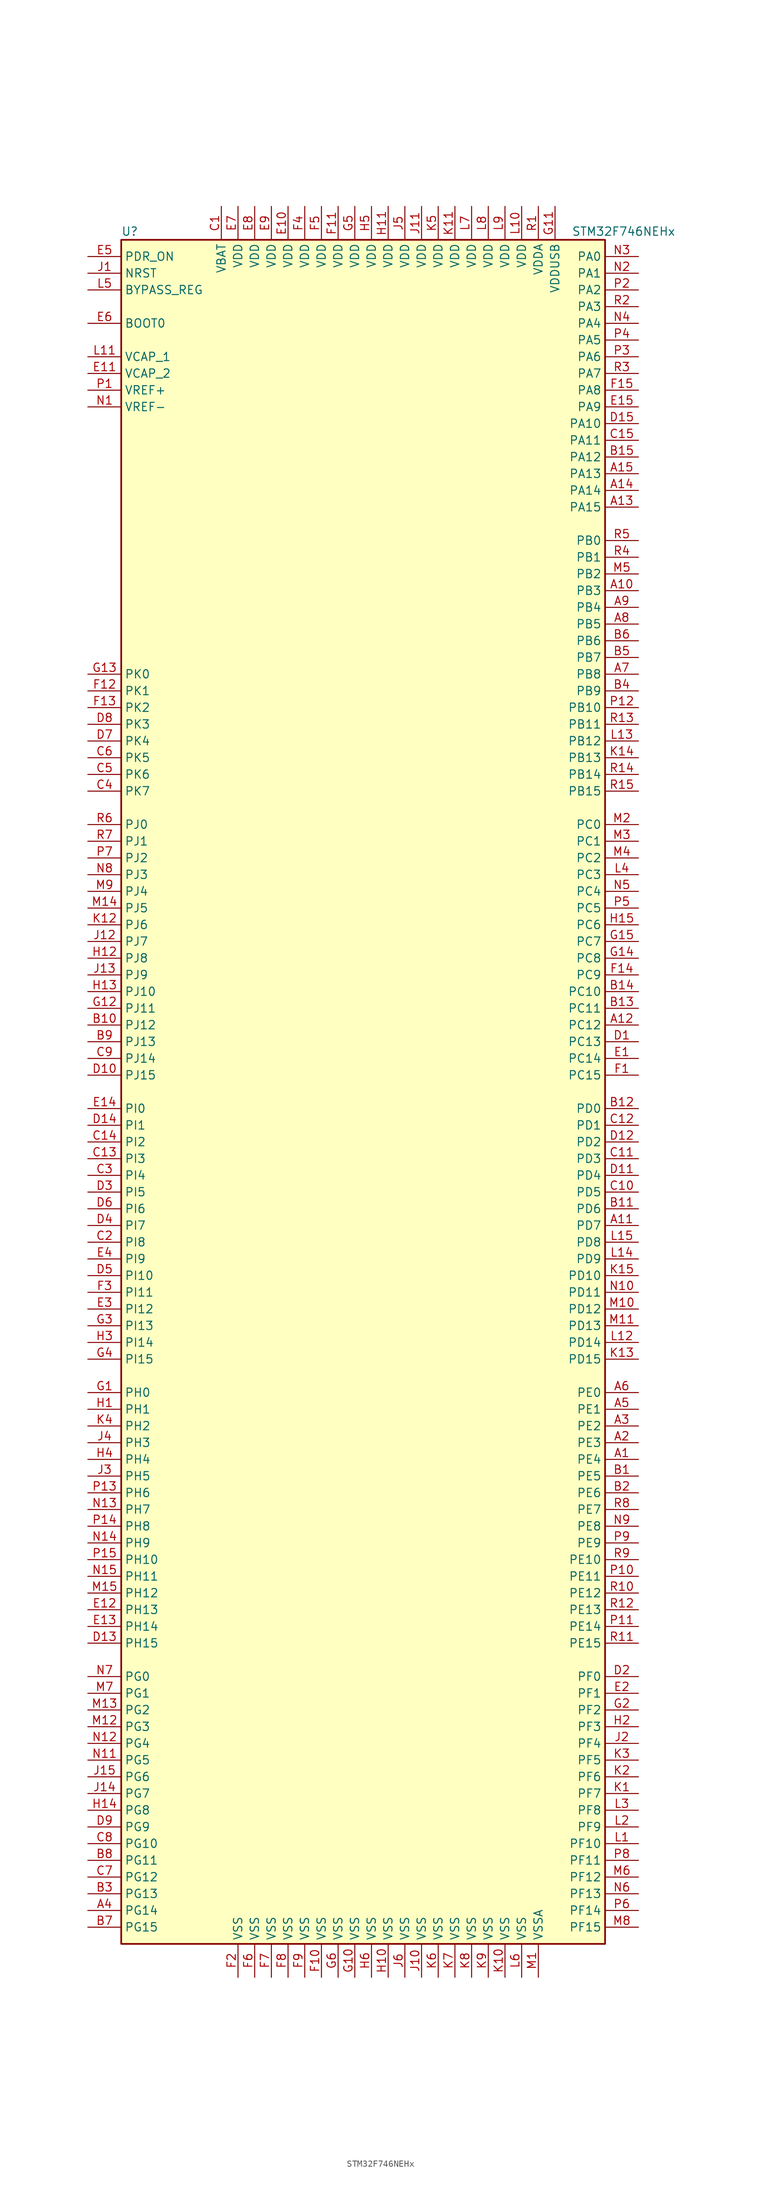
<source format=kicad_sym>
(kicad_symbol_lib
  (version 20201005)
  (generator kicad_symbol_editor)
  (symbol "STM32F746NEHx"
    (property "Reference" "U"
      (at -38.1 130.81 0)
      (effects (font (size 1.27 1.27)) (justify left)))
    (property "Value" "STM32F746NEHx"
      (at 30.48 130.81 0)
      (effects (font (size 1.27 1.27)) (justify left)))
    (symbol "STM32F746NEHx_0_1"
      (rectangle (start -38.1 -129.54) (end 35.56 129.54) (stroke (width 0.254)) (fill (type background))))
    (symbol "STM32F746NEHx_1_1"
      (pin input line (at -43.18 116.84 0) (length 5.08) (name "BOOT0" (effects (font (size 1.27 1.27)))) (number "E6" (effects (font (size 1.27 1.27)))))
      (pin input line (at -43.18 121.92 0) (length 5.08) (name "BYPASS_REG" (effects (font (size 1.27 1.27)))) (number "L5" (effects (font (size 1.27 1.27)))))
      (pin input line (at -43.18 124.46 0) (length 5.08) (name "NRST" (effects (font (size 1.27 1.27)))) (number "J1" (effects (font (size 1.27 1.27)))))
      (pin bidirectional line (at 40.64 127 180) (length 5.08) (name "PA0" (effects (font (size 1.27 1.27)))) (number "N3" (effects (font (size 1.27 1.27)))))
      (pin bidirectional line (at 40.64 124.46 180) (length 5.08) (name "PA1" (effects (font (size 1.27 1.27)))) (number "N2" (effects (font (size 1.27 1.27)))))
      (pin bidirectional line (at 40.64 101.6 180) (length 5.08) (name "PA10" (effects (font (size 1.27 1.27)))) (number "D15" (effects (font (size 1.27 1.27)))))
      (pin bidirectional line (at 40.64 99.06 180) (length 5.08) (name "PA11" (effects (font (size 1.27 1.27)))) (number "C15" (effects (font (size 1.27 1.27)))))
      (pin bidirectional line (at 40.64 96.52 180) (length 5.08) (name "PA12" (effects (font (size 1.27 1.27)))) (number "B15" (effects (font (size 1.27 1.27)))))
      (pin bidirectional line (at 40.64 93.98 180) (length 5.08) (name "PA13" (effects (font (size 1.27 1.27)))) (number "A15" (effects (font (size 1.27 1.27)))))
      (pin bidirectional line (at 40.64 91.44 180) (length 5.08) (name "PA14" (effects (font (size 1.27 1.27)))) (number "A14" (effects (font (size 1.27 1.27)))))
      (pin bidirectional line (at 40.64 88.9 180) (length 5.08) (name "PA15" (effects (font (size 1.27 1.27)))) (number "A13" (effects (font (size 1.27 1.27)))))
      (pin bidirectional line (at 40.64 121.92 180) (length 5.08) (name "PA2" (effects (font (size 1.27 1.27)))) (number "P2" (effects (font (size 1.27 1.27)))))
      (pin bidirectional line (at 40.64 119.38 180) (length 5.08) (name "PA3" (effects (font (size 1.27 1.27)))) (number "R2" (effects (font (size 1.27 1.27)))))
      (pin bidirectional line (at 40.64 116.84 180) (length 5.08) (name "PA4" (effects (font (size 1.27 1.27)))) (number "N4" (effects (font (size 1.27 1.27)))))
      (pin bidirectional line (at 40.64 114.3 180) (length 5.08) (name "PA5" (effects (font (size 1.27 1.27)))) (number "P4" (effects (font (size 1.27 1.27)))))
      (pin bidirectional line (at 40.64 111.76 180) (length 5.08) (name "PA6" (effects (font (size 1.27 1.27)))) (number "P3" (effects (font (size 1.27 1.27)))))
      (pin bidirectional line (at 40.64 109.22 180) (length 5.08) (name "PA7" (effects (font (size 1.27 1.27)))) (number "R3" (effects (font (size 1.27 1.27)))))
      (pin bidirectional line (at 40.64 106.68 180) (length 5.08) (name "PA8" (effects (font (size 1.27 1.27)))) (number "F15" (effects (font (size 1.27 1.27)))))
      (pin bidirectional line (at 40.64 104.14 180) (length 5.08) (name "PA9" (effects (font (size 1.27 1.27)))) (number "E15" (effects (font (size 1.27 1.27)))))
      (pin bidirectional line (at 40.64 83.82 180) (length 5.08) (name "PB0" (effects (font (size 1.27 1.27)))) (number "R5" (effects (font (size 1.27 1.27)))))
      (pin bidirectional line (at 40.64 81.28 180) (length 5.08) (name "PB1" (effects (font (size 1.27 1.27)))) (number "R4" (effects (font (size 1.27 1.27)))))
      (pin bidirectional line (at 40.64 58.42 180) (length 5.08) (name "PB10" (effects (font (size 1.27 1.27)))) (number "P12" (effects (font (size 1.27 1.27)))))
      (pin bidirectional line (at 40.64 55.88 180) (length 5.08) (name "PB11" (effects (font (size 1.27 1.27)))) (number "R13" (effects (font (size 1.27 1.27)))))
      (pin bidirectional line (at 40.64 53.34 180) (length 5.08) (name "PB12" (effects (font (size 1.27 1.27)))) (number "L13" (effects (font (size 1.27 1.27)))))
      (pin bidirectional line (at 40.64 50.8 180) (length 5.08) (name "PB13" (effects (font (size 1.27 1.27)))) (number "K14" (effects (font (size 1.27 1.27)))))
      (pin bidirectional line (at 40.64 48.26 180) (length 5.08) (name "PB14" (effects (font (size 1.27 1.27)))) (number "R14" (effects (font (size 1.27 1.27)))))
      (pin bidirectional line (at 40.64 45.72 180) (length 5.08) (name "PB15" (effects (font (size 1.27 1.27)))) (number "R15" (effects (font (size 1.27 1.27)))))
      (pin bidirectional line (at 40.64 78.74 180) (length 5.08) (name "PB2" (effects (font (size 1.27 1.27)))) (number "M5" (effects (font (size 1.27 1.27)))))
      (pin bidirectional line (at 40.64 76.2 180) (length 5.08) (name "PB3" (effects (font (size 1.27 1.27)))) (number "A10" (effects (font (size 1.27 1.27)))))
      (pin bidirectional line (at 40.64 73.66 180) (length 5.08) (name "PB4" (effects (font (size 1.27 1.27)))) (number "A9" (effects (font (size 1.27 1.27)))))
      (pin bidirectional line (at 40.64 71.12 180) (length 5.08) (name "PB5" (effects (font (size 1.27 1.27)))) (number "A8" (effects (font (size 1.27 1.27)))))
      (pin bidirectional line (at 40.64 68.58 180) (length 5.08) (name "PB6" (effects (font (size 1.27 1.27)))) (number "B6" (effects (font (size 1.27 1.27)))))
      (pin bidirectional line (at 40.64 66.04 180) (length 5.08) (name "PB7" (effects (font (size 1.27 1.27)))) (number "B5" (effects (font (size 1.27 1.27)))))
      (pin bidirectional line (at 40.64 63.5 180) (length 5.08) (name "PB8" (effects (font (size 1.27 1.27)))) (number "A7" (effects (font (size 1.27 1.27)))))
      (pin bidirectional line (at 40.64 60.96 180) (length 5.08) (name "PB9" (effects (font (size 1.27 1.27)))) (number "B4" (effects (font (size 1.27 1.27)))))
      (pin bidirectional line (at 40.64 40.64 180) (length 5.08) (name "PC0" (effects (font (size 1.27 1.27)))) (number "M2" (effects (font (size 1.27 1.27)))))
      (pin bidirectional line (at 40.64 38.1 180) (length 5.08) (name "PC1" (effects (font (size 1.27 1.27)))) (number "M3" (effects (font (size 1.27 1.27)))))
      (pin bidirectional line (at 40.64 15.24 180) (length 5.08) (name "PC10" (effects (font (size 1.27 1.27)))) (number "B14" (effects (font (size 1.27 1.27)))))
      (pin bidirectional line (at 40.64 12.7 180) (length 5.08) (name "PC11" (effects (font (size 1.27 1.27)))) (number "B13" (effects (font (size 1.27 1.27)))))
      (pin bidirectional line (at 40.64 10.16 180) (length 5.08) (name "PC12" (effects (font (size 1.27 1.27)))) (number "A12" (effects (font (size 1.27 1.27)))))
      (pin bidirectional line (at 40.64 7.62 180) (length 5.08) (name "PC13" (effects (font (size 1.27 1.27)))) (number "D1" (effects (font (size 1.27 1.27)))))
      (pin bidirectional line (at 40.64 5.08 180) (length 5.08) (name "PC14" (effects (font (size 1.27 1.27)))) (number "E1" (effects (font (size 1.27 1.27)))))
      (pin bidirectional line (at 40.64 2.54 180) (length 5.08) (name "PC15" (effects (font (size 1.27 1.27)))) (number "F1" (effects (font (size 1.27 1.27)))))
      (pin bidirectional line (at 40.64 35.56 180) (length 5.08) (name "PC2" (effects (font (size 1.27 1.27)))) (number "M4" (effects (font (size 1.27 1.27)))))
      (pin bidirectional line (at 40.64 33.02 180) (length 5.08) (name "PC3" (effects (font (size 1.27 1.27)))) (number "L4" (effects (font (size 1.27 1.27)))))
      (pin bidirectional line (at 40.64 30.48 180) (length 5.08) (name "PC4" (effects (font (size 1.27 1.27)))) (number "N5" (effects (font (size 1.27 1.27)))))
      (pin bidirectional line (at 40.64 27.94 180) (length 5.08) (name "PC5" (effects (font (size 1.27 1.27)))) (number "P5" (effects (font (size 1.27 1.27)))))
      (pin bidirectional line (at 40.64 25.4 180) (length 5.08) (name "PC6" (effects (font (size 1.27 1.27)))) (number "H15" (effects (font (size 1.27 1.27)))))
      (pin bidirectional line (at 40.64 22.86 180) (length 5.08) (name "PC7" (effects (font (size 1.27 1.27)))) (number "G15" (effects (font (size 1.27 1.27)))))
      (pin bidirectional line (at 40.64 20.32 180) (length 5.08) (name "PC8" (effects (font (size 1.27 1.27)))) (number "G14" (effects (font (size 1.27 1.27)))))
      (pin bidirectional line (at 40.64 17.78 180) (length 5.08) (name "PC9" (effects (font (size 1.27 1.27)))) (number "F14" (effects (font (size 1.27 1.27)))))
      (pin bidirectional line (at 40.64 -2.54 180) (length 5.08) (name "PD0" (effects (font (size 1.27 1.27)))) (number "B12" (effects (font (size 1.27 1.27)))))
      (pin bidirectional line (at 40.64 -5.08 180) (length 5.08) (name "PD1" (effects (font (size 1.27 1.27)))) (number "C12" (effects (font (size 1.27 1.27)))))
      (pin bidirectional line (at 40.64 -27.94 180) (length 5.08) (name "PD10" (effects (font (size 1.27 1.27)))) (number "K15" (effects (font (size 1.27 1.27)))))
      (pin bidirectional line (at 40.64 -30.48 180) (length 5.08) (name "PD11" (effects (font (size 1.27 1.27)))) (number "N10" (effects (font (size 1.27 1.27)))))
      (pin bidirectional line (at 40.64 -33.02 180) (length 5.08) (name "PD12" (effects (font (size 1.27 1.27)))) (number "M10" (effects (font (size 1.27 1.27)))))
      (pin bidirectional line (at 40.64 -35.56 180) (length 5.08) (name "PD13" (effects (font (size 1.27 1.27)))) (number "M11" (effects (font (size 1.27 1.27)))))
      (pin bidirectional line (at 40.64 -38.1 180) (length 5.08) (name "PD14" (effects (font (size 1.27 1.27)))) (number "L12" (effects (font (size 1.27 1.27)))))
      (pin bidirectional line (at 40.64 -40.64 180) (length 5.08) (name "PD15" (effects (font (size 1.27 1.27)))) (number "K13" (effects (font (size 1.27 1.27)))))
      (pin bidirectional line (at 40.64 -7.62 180) (length 5.08) (name "PD2" (effects (font (size 1.27 1.27)))) (number "D12" (effects (font (size 1.27 1.27)))))
      (pin bidirectional line (at 40.64 -10.16 180) (length 5.08) (name "PD3" (effects (font (size 1.27 1.27)))) (number "C11" (effects (font (size 1.27 1.27)))))
      (pin bidirectional line (at 40.64 -12.7 180) (length 5.08) (name "PD4" (effects (font (size 1.27 1.27)))) (number "D11" (effects (font (size 1.27 1.27)))))
      (pin bidirectional line (at 40.64 -15.24 180) (length 5.08) (name "PD5" (effects (font (size 1.27 1.27)))) (number "C10" (effects (font (size 1.27 1.27)))))
      (pin bidirectional line (at 40.64 -17.78 180) (length 5.08) (name "PD6" (effects (font (size 1.27 1.27)))) (number "B11" (effects (font (size 1.27 1.27)))))
      (pin bidirectional line (at 40.64 -20.32 180) (length 5.08) (name "PD7" (effects (font (size 1.27 1.27)))) (number "A11" (effects (font (size 1.27 1.27)))))
      (pin bidirectional line (at 40.64 -22.86 180) (length 5.08) (name "PD8" (effects (font (size 1.27 1.27)))) (number "L15" (effects (font (size 1.27 1.27)))))
      (pin bidirectional line (at 40.64 -25.4 180) (length 5.08) (name "PD9" (effects (font (size 1.27 1.27)))) (number "L14" (effects (font (size 1.27 1.27)))))
      (pin input line (at -43.18 127 0) (length 5.08) (name "PDR_ON" (effects (font (size 1.27 1.27)))) (number "E5" (effects (font (size 1.27 1.27)))))
      (pin bidirectional line (at 40.64 -45.72 180) (length 5.08) (name "PE0" (effects (font (size 1.27 1.27)))) (number "A6" (effects (font (size 1.27 1.27)))))
      (pin bidirectional line (at 40.64 -48.26 180) (length 5.08) (name "PE1" (effects (font (size 1.27 1.27)))) (number "A5" (effects (font (size 1.27 1.27)))))
      (pin bidirectional line (at 40.64 -71.12 180) (length 5.08) (name "PE10" (effects (font (size 1.27 1.27)))) (number "R9" (effects (font (size 1.27 1.27)))))
      (pin bidirectional line (at 40.64 -73.66 180) (length 5.08) (name "PE11" (effects (font (size 1.27 1.27)))) (number "P10" (effects (font (size 1.27 1.27)))))
      (pin bidirectional line (at 40.64 -76.2 180) (length 5.08) (name "PE12" (effects (font (size 1.27 1.27)))) (number "R10" (effects (font (size 1.27 1.27)))))
      (pin bidirectional line (at 40.64 -78.74 180) (length 5.08) (name "PE13" (effects (font (size 1.27 1.27)))) (number "R12" (effects (font (size 1.27 1.27)))))
      (pin bidirectional line (at 40.64 -81.28 180) (length 5.08) (name "PE14" (effects (font (size 1.27 1.27)))) (number "P11" (effects (font (size 1.27 1.27)))))
      (pin bidirectional line (at 40.64 -83.82 180) (length 5.08) (name "PE15" (effects (font (size 1.27 1.27)))) (number "R11" (effects (font (size 1.27 1.27)))))
      (pin bidirectional line (at 40.64 -50.8 180) (length 5.08) (name "PE2" (effects (font (size 1.27 1.27)))) (number "A3" (effects (font (size 1.27 1.27)))))
      (pin bidirectional line (at 40.64 -53.34 180) (length 5.08) (name "PE3" (effects (font (size 1.27 1.27)))) (number "A2" (effects (font (size 1.27 1.27)))))
      (pin bidirectional line (at 40.64 -55.88 180) (length 5.08) (name "PE4" (effects (font (size 1.27 1.27)))) (number "A1" (effects (font (size 1.27 1.27)))))
      (pin bidirectional line (at 40.64 -58.42 180) (length 5.08) (name "PE5" (effects (font (size 1.27 1.27)))) (number "B1" (effects (font (size 1.27 1.27)))))
      (pin bidirectional line (at 40.64 -60.96 180) (length 5.08) (name "PE6" (effects (font (size 1.27 1.27)))) (number "B2" (effects (font (size 1.27 1.27)))))
      (pin bidirectional line (at 40.64 -63.5 180) (length 5.08) (name "PE7" (effects (font (size 1.27 1.27)))) (number "R8" (effects (font (size 1.27 1.27)))))
      (pin bidirectional line (at 40.64 -66.04 180) (length 5.08) (name "PE8" (effects (font (size 1.27 1.27)))) (number "N9" (effects (font (size 1.27 1.27)))))
      (pin bidirectional line (at 40.64 -68.58 180) (length 5.08) (name "PE9" (effects (font (size 1.27 1.27)))) (number "P9" (effects (font (size 1.27 1.27)))))
      (pin bidirectional line (at 40.64 -88.9 180) (length 5.08) (name "PF0" (effects (font (size 1.27 1.27)))) (number "D2" (effects (font (size 1.27 1.27)))))
      (pin bidirectional line (at 40.64 -91.44 180) (length 5.08) (name "PF1" (effects (font (size 1.27 1.27)))) (number "E2" (effects (font (size 1.27 1.27)))))
      (pin bidirectional line (at 40.64 -114.3 180) (length 5.08) (name "PF10" (effects (font (size 1.27 1.27)))) (number "L1" (effects (font (size 1.27 1.27)))))
      (pin bidirectional line (at 40.64 -116.84 180) (length 5.08) (name "PF11" (effects (font (size 1.27 1.27)))) (number "P8" (effects (font (size 1.27 1.27)))))
      (pin bidirectional line (at 40.64 -119.38 180) (length 5.08) (name "PF12" (effects (font (size 1.27 1.27)))) (number "M6" (effects (font (size 1.27 1.27)))))
      (pin bidirectional line (at 40.64 -121.92 180) (length 5.08) (name "PF13" (effects (font (size 1.27 1.27)))) (number "N6" (effects (font (size 1.27 1.27)))))
      (pin bidirectional line (at 40.64 -124.46 180) (length 5.08) (name "PF14" (effects (font (size 1.27 1.27)))) (number "P6" (effects (font (size 1.27 1.27)))))
      (pin bidirectional line (at 40.64 -127 180) (length 5.08) (name "PF15" (effects (font (size 1.27 1.27)))) (number "M8" (effects (font (size 1.27 1.27)))))
      (pin bidirectional line (at 40.64 -93.98 180) (length 5.08) (name "PF2" (effects (font (size 1.27 1.27)))) (number "G2" (effects (font (size 1.27 1.27)))))
      (pin bidirectional line (at 40.64 -96.52 180) (length 5.08) (name "PF3" (effects (font (size 1.27 1.27)))) (number "H2" (effects (font (size 1.27 1.27)))))
      (pin bidirectional line (at 40.64 -99.06 180) (length 5.08) (name "PF4" (effects (font (size 1.27 1.27)))) (number "J2" (effects (font (size 1.27 1.27)))))
      (pin bidirectional line (at 40.64 -101.6 180) (length 5.08) (name "PF5" (effects (font (size 1.27 1.27)))) (number "K3" (effects (font (size 1.27 1.27)))))
      (pin bidirectional line (at 40.64 -104.14 180) (length 5.08) (name "PF6" (effects (font (size 1.27 1.27)))) (number "K2" (effects (font (size 1.27 1.27)))))
      (pin bidirectional line (at 40.64 -106.68 180) (length 5.08) (name "PF7" (effects (font (size 1.27 1.27)))) (number "K1" (effects (font (size 1.27 1.27)))))
      (pin bidirectional line (at 40.64 -109.22 180) (length 5.08) (name "PF8" (effects (font (size 1.27 1.27)))) (number "L3" (effects (font (size 1.27 1.27)))))
      (pin bidirectional line (at 40.64 -111.76 180) (length 5.08) (name "PF9" (effects (font (size 1.27 1.27)))) (number "L2" (effects (font (size 1.27 1.27)))))
      (pin bidirectional line (at -43.18 -88.9 0) (length 5.08) (name "PG0" (effects (font (size 1.27 1.27)))) (number "N7" (effects (font (size 1.27 1.27)))))
      (pin bidirectional line (at -43.18 -91.44 0) (length 5.08) (name "PG1" (effects (font (size 1.27 1.27)))) (number "M7" (effects (font (size 1.27 1.27)))))
      (pin bidirectional line (at -43.18 -114.3 0) (length 5.08) (name "PG10" (effects (font (size 1.27 1.27)))) (number "C8" (effects (font (size 1.27 1.27)))))
      (pin bidirectional line (at -43.18 -116.84 0) (length 5.08) (name "PG11" (effects (font (size 1.27 1.27)))) (number "B8" (effects (font (size 1.27 1.27)))))
      (pin bidirectional line (at -43.18 -119.38 0) (length 5.08) (name "PG12" (effects (font (size 1.27 1.27)))) (number "C7" (effects (font (size 1.27 1.27)))))
      (pin bidirectional line (at -43.18 -121.92 0) (length 5.08) (name "PG13" (effects (font (size 1.27 1.27)))) (number "B3" (effects (font (size 1.27 1.27)))))
      (pin bidirectional line (at -43.18 -124.46 0) (length 5.08) (name "PG14" (effects (font (size 1.27 1.27)))) (number "A4" (effects (font (size 1.27 1.27)))))
      (pin bidirectional line (at -43.18 -127 0) (length 5.08) (name "PG15" (effects (font (size 1.27 1.27)))) (number "B7" (effects (font (size 1.27 1.27)))))
      (pin bidirectional line (at -43.18 -93.98 0) (length 5.08) (name "PG2" (effects (font (size 1.27 1.27)))) (number "M13" (effects (font (size 1.27 1.27)))))
      (pin bidirectional line (at -43.18 -96.52 0) (length 5.08) (name "PG3" (effects (font (size 1.27 1.27)))) (number "M12" (effects (font (size 1.27 1.27)))))
      (pin bidirectional line (at -43.18 -99.06 0) (length 5.08) (name "PG4" (effects (font (size 1.27 1.27)))) (number "N12" (effects (font (size 1.27 1.27)))))
      (pin bidirectional line (at -43.18 -101.6 0) (length 5.08) (name "PG5" (effects (font (size 1.27 1.27)))) (number "N11" (effects (font (size 1.27 1.27)))))
      (pin bidirectional line (at -43.18 -104.14 0) (length 5.08) (name "PG6" (effects (font (size 1.27 1.27)))) (number "J15" (effects (font (size 1.27 1.27)))))
      (pin bidirectional line (at -43.18 -106.68 0) (length 5.08) (name "PG7" (effects (font (size 1.27 1.27)))) (number "J14" (effects (font (size 1.27 1.27)))))
      (pin bidirectional line (at -43.18 -109.22 0) (length 5.08) (name "PG8" (effects (font (size 1.27 1.27)))) (number "H14" (effects (font (size 1.27 1.27)))))
      (pin bidirectional line (at -43.18 -111.76 0) (length 5.08) (name "PG9" (effects (font (size 1.27 1.27)))) (number "D9" (effects (font (size 1.27 1.27)))))
      (pin input line (at -43.18 -45.72 0) (length 5.08) (name "PH0" (effects (font (size 1.27 1.27)))) (number "G1" (effects (font (size 1.27 1.27)))))
      (pin input line (at -43.18 -48.26 0) (length 5.08) (name "PH1" (effects (font (size 1.27 1.27)))) (number "H1" (effects (font (size 1.27 1.27)))))
      (pin bidirectional line (at -43.18 -71.12 0) (length 5.08) (name "PH10" (effects (font (size 1.27 1.27)))) (number "P15" (effects (font (size 1.27 1.27)))))
      (pin bidirectional line (at -43.18 -73.66 0) (length 5.08) (name "PH11" (effects (font (size 1.27 1.27)))) (number "N15" (effects (font (size 1.27 1.27)))))
      (pin bidirectional line (at -43.18 -76.2 0) (length 5.08) (name "PH12" (effects (font (size 1.27 1.27)))) (number "M15" (effects (font (size 1.27 1.27)))))
      (pin bidirectional line (at -43.18 -78.74 0) (length 5.08) (name "PH13" (effects (font (size 1.27 1.27)))) (number "E12" (effects (font (size 1.27 1.27)))))
      (pin bidirectional line (at -43.18 -81.28 0) (length 5.08) (name "PH14" (effects (font (size 1.27 1.27)))) (number "E13" (effects (font (size 1.27 1.27)))))
      (pin bidirectional line (at -43.18 -83.82 0) (length 5.08) (name "PH15" (effects (font (size 1.27 1.27)))) (number "D13" (effects (font (size 1.27 1.27)))))
      (pin bidirectional line (at -43.18 -50.8 0) (length 5.08) (name "PH2" (effects (font (size 1.27 1.27)))) (number "K4" (effects (font (size 1.27 1.27)))))
      (pin bidirectional line (at -43.18 -53.34 0) (length 5.08) (name "PH3" (effects (font (size 1.27 1.27)))) (number "J4" (effects (font (size 1.27 1.27)))))
      (pin bidirectional line (at -43.18 -55.88 0) (length 5.08) (name "PH4" (effects (font (size 1.27 1.27)))) (number "H4" (effects (font (size 1.27 1.27)))))
      (pin bidirectional line (at -43.18 -58.42 0) (length 5.08) (name "PH5" (effects (font (size 1.27 1.27)))) (number "J3" (effects (font (size 1.27 1.27)))))
      (pin bidirectional line (at -43.18 -60.96 0) (length 5.08) (name "PH6" (effects (font (size 1.27 1.27)))) (number "P13" (effects (font (size 1.27 1.27)))))
      (pin bidirectional line (at -43.18 -63.5 0) (length 5.08) (name "PH7" (effects (font (size 1.27 1.27)))) (number "N13" (effects (font (size 1.27 1.27)))))
      (pin bidirectional line (at -43.18 -66.04 0) (length 5.08) (name "PH8" (effects (font (size 1.27 1.27)))) (number "P14" (effects (font (size 1.27 1.27)))))
      (pin bidirectional line (at -43.18 -68.58 0) (length 5.08) (name "PH9" (effects (font (size 1.27 1.27)))) (number "N14" (effects (font (size 1.27 1.27)))))
      (pin bidirectional line (at -43.18 -2.54 0) (length 5.08) (name "PI0" (effects (font (size 1.27 1.27)))) (number "E14" (effects (font (size 1.27 1.27)))))
      (pin bidirectional line (at -43.18 -5.08 0) (length 5.08) (name "PI1" (effects (font (size 1.27 1.27)))) (number "D14" (effects (font (size 1.27 1.27)))))
      (pin bidirectional line (at -43.18 -27.94 0) (length 5.08) (name "PI10" (effects (font (size 1.27 1.27)))) (number "D5" (effects (font (size 1.27 1.27)))))
      (pin bidirectional line (at -43.18 -30.48 0) (length 5.08) (name "PI11" (effects (font (size 1.27 1.27)))) (number "F3" (effects (font (size 1.27 1.27)))))
      (pin bidirectional line (at -43.18 -33.02 0) (length 5.08) (name "PI12" (effects (font (size 1.27 1.27)))) (number "E3" (effects (font (size 1.27 1.27)))))
      (pin bidirectional line (at -43.18 -35.56 0) (length 5.08) (name "PI13" (effects (font (size 1.27 1.27)))) (number "G3" (effects (font (size 1.27 1.27)))))
      (pin bidirectional line (at -43.18 -38.1 0) (length 5.08) (name "PI14" (effects (font (size 1.27 1.27)))) (number "H3" (effects (font (size 1.27 1.27)))))
      (pin bidirectional line (at -43.18 -40.64 0) (length 5.08) (name "PI15" (effects (font (size 1.27 1.27)))) (number "G4" (effects (font (size 1.27 1.27)))))
      (pin bidirectional line (at -43.18 -7.62 0) (length 5.08) (name "PI2" (effects (font (size 1.27 1.27)))) (number "C14" (effects (font (size 1.27 1.27)))))
      (pin bidirectional line (at -43.18 -10.16 0) (length 5.08) (name "PI3" (effects (font (size 1.27 1.27)))) (number "C13" (effects (font (size 1.27 1.27)))))
      (pin bidirectional line (at -43.18 -12.7 0) (length 5.08) (name "PI4" (effects (font (size 1.27 1.27)))) (number "C3" (effects (font (size 1.27 1.27)))))
      (pin bidirectional line (at -43.18 -15.24 0) (length 5.08) (name "PI5" (effects (font (size 1.27 1.27)))) (number "D3" (effects (font (size 1.27 1.27)))))
      (pin bidirectional line (at -43.18 -17.78 0) (length 5.08) (name "PI6" (effects (font (size 1.27 1.27)))) (number "D6" (effects (font (size 1.27 1.27)))))
      (pin bidirectional line (at -43.18 -20.32 0) (length 5.08) (name "PI7" (effects (font (size 1.27 1.27)))) (number "D4" (effects (font (size 1.27 1.27)))))
      (pin bidirectional line (at -43.18 -22.86 0) (length 5.08) (name "PI8" (effects (font (size 1.27 1.27)))) (number "C2" (effects (font (size 1.27 1.27)))))
      (pin bidirectional line (at -43.18 -25.4 0) (length 5.08) (name "PI9" (effects (font (size 1.27 1.27)))) (number "E4" (effects (font (size 1.27 1.27)))))
      (pin bidirectional line (at -43.18 40.64 0) (length 5.08) (name "PJ0" (effects (font (size 1.27 1.27)))) (number "R6" (effects (font (size 1.27 1.27)))))
      (pin bidirectional line (at -43.18 38.1 0) (length 5.08) (name "PJ1" (effects (font (size 1.27 1.27)))) (number "R7" (effects (font (size 1.27 1.27)))))
      (pin bidirectional line (at -43.18 15.24 0) (length 5.08) (name "PJ10" (effects (font (size 1.27 1.27)))) (number "H13" (effects (font (size 1.27 1.27)))))
      (pin bidirectional line (at -43.18 12.7 0) (length 5.08) (name "PJ11" (effects (font (size 1.27 1.27)))) (number "G12" (effects (font (size 1.27 1.27)))))
      (pin bidirectional line (at -43.18 10.16 0) (length 5.08) (name "PJ12" (effects (font (size 1.27 1.27)))) (number "B10" (effects (font (size 1.27 1.27)))))
      (pin bidirectional line (at -43.18 7.62 0) (length 5.08) (name "PJ13" (effects (font (size 1.27 1.27)))) (number "B9" (effects (font (size 1.27 1.27)))))
      (pin bidirectional line (at -43.18 5.08 0) (length 5.08) (name "PJ14" (effects (font (size 1.27 1.27)))) (number "C9" (effects (font (size 1.27 1.27)))))
      (pin bidirectional line (at -43.18 2.54 0) (length 5.08) (name "PJ15" (effects (font (size 1.27 1.27)))) (number "D10" (effects (font (size 1.27 1.27)))))
      (pin bidirectional line (at -43.18 35.56 0) (length 5.08) (name "PJ2" (effects (font (size 1.27 1.27)))) (number "P7" (effects (font (size 1.27 1.27)))))
      (pin bidirectional line (at -43.18 33.02 0) (length 5.08) (name "PJ3" (effects (font (size 1.27 1.27)))) (number "N8" (effects (font (size 1.27 1.27)))))
      (pin bidirectional line (at -43.18 30.48 0) (length 5.08) (name "PJ4" (effects (font (size 1.27 1.27)))) (number "M9" (effects (font (size 1.27 1.27)))))
      (pin bidirectional line (at -43.18 27.94 0) (length 5.08) (name "PJ5" (effects (font (size 1.27 1.27)))) (number "M14" (effects (font (size 1.27 1.27)))))
      (pin bidirectional line (at -43.18 25.4 0) (length 5.08) (name "PJ6" (effects (font (size 1.27 1.27)))) (number "K12" (effects (font (size 1.27 1.27)))))
      (pin bidirectional line (at -43.18 22.86 0) (length 5.08) (name "PJ7" (effects (font (size 1.27 1.27)))) (number "J12" (effects (font (size 1.27 1.27)))))
      (pin bidirectional line (at -43.18 20.32 0) (length 5.08) (name "PJ8" (effects (font (size 1.27 1.27)))) (number "H12" (effects (font (size 1.27 1.27)))))
      (pin bidirectional line (at -43.18 17.78 0) (length 5.08) (name "PJ9" (effects (font (size 1.27 1.27)))) (number "J13" (effects (font (size 1.27 1.27)))))
      (pin bidirectional line (at -43.18 63.5 0) (length 5.08) (name "PK0" (effects (font (size 1.27 1.27)))) (number "G13" (effects (font (size 1.27 1.27)))))
      (pin bidirectional line (at -43.18 60.96 0) (length 5.08) (name "PK1" (effects (font (size 1.27 1.27)))) (number "F12" (effects (font (size 1.27 1.27)))))
      (pin bidirectional line (at -43.18 58.42 0) (length 5.08) (name "PK2" (effects (font (size 1.27 1.27)))) (number "F13" (effects (font (size 1.27 1.27)))))
      (pin bidirectional line (at -43.18 55.88 0) (length 5.08) (name "PK3" (effects (font (size 1.27 1.27)))) (number "D8" (effects (font (size 1.27 1.27)))))
      (pin bidirectional line (at -43.18 53.34 0) (length 5.08) (name "PK4" (effects (font (size 1.27 1.27)))) (number "D7" (effects (font (size 1.27 1.27)))))
      (pin bidirectional line (at -43.18 50.8 0) (length 5.08) (name "PK5" (effects (font (size 1.27 1.27)))) (number "C6" (effects (font (size 1.27 1.27)))))
      (pin bidirectional line (at -43.18 48.26 0) (length 5.08) (name "PK6" (effects (font (size 1.27 1.27)))) (number "C5" (effects (font (size 1.27 1.27)))))
      (pin bidirectional line (at -43.18 45.72 0) (length 5.08) (name "PK7" (effects (font (size 1.27 1.27)))) (number "C4" (effects (font (size 1.27 1.27)))))
      (pin power_in line (at -22.86 134.62 270) (length 5.08) (name "VBAT" (effects (font (size 1.27 1.27)))) (number "C1" (effects (font (size 1.27 1.27)))))
      (pin power_in line (at -43.18 111.76 0) (length 5.08) (name "VCAP_1" (effects (font (size 1.27 1.27)))) (number "L11" (effects (font (size 1.27 1.27)))))
      (pin power_in line (at -43.18 109.22 0) (length 5.08) (name "VCAP_2" (effects (font (size 1.27 1.27)))) (number "E11" (effects (font (size 1.27 1.27)))))
      (pin power_in line (at -12.7 134.62 270) (length 5.08) (name "VDD" (effects (font (size 1.27 1.27)))) (number "E10" (effects (font (size 1.27 1.27)))))
      (pin power_in line (at -20.32 134.62 270) (length 5.08) (name "VDD" (effects (font (size 1.27 1.27)))) (number "E7" (effects (font (size 1.27 1.27)))))
      (pin power_in line (at -17.78 134.62 270) (length 5.08) (name "VDD" (effects (font (size 1.27 1.27)))) (number "E8" (effects (font (size 1.27 1.27)))))
      (pin power_in line (at -15.24 134.62 270) (length 5.08) (name "VDD" (effects (font (size 1.27 1.27)))) (number "E9" (effects (font (size 1.27 1.27)))))
      (pin power_in line (at -5.08 134.62 270) (length 5.08) (name "VDD" (effects (font (size 1.27 1.27)))) (number "F11" (effects (font (size 1.27 1.27)))))
      (pin power_in line (at -10.16 134.62 270) (length 5.08) (name "VDD" (effects (font (size 1.27 1.27)))) (number "F4" (effects (font (size 1.27 1.27)))))
      (pin power_in line (at -7.62 134.62 270) (length 5.08) (name "VDD" (effects (font (size 1.27 1.27)))) (number "F5" (effects (font (size 1.27 1.27)))))
      (pin power_in line (at -2.54 134.62 270) (length 5.08) (name "VDD" (effects (font (size 1.27 1.27)))) (number "G5" (effects (font (size 1.27 1.27)))))
      (pin power_in line (at 2.54 134.62 270) (length 5.08) (name "VDD" (effects (font (size 1.27 1.27)))) (number "H11" (effects (font (size 1.27 1.27)))))
      (pin power_in line (at 0 134.62 270) (length 5.08) (name "VDD" (effects (font (size 1.27 1.27)))) (number "H5" (effects (font (size 1.27 1.27)))))
      (pin power_in line (at 7.62 134.62 270) (length 5.08) (name "VDD" (effects (font (size 1.27 1.27)))) (number "J11" (effects (font (size 1.27 1.27)))))
      (pin power_in line (at 5.08 134.62 270) (length 5.08) (name "VDD" (effects (font (size 1.27 1.27)))) (number "J5" (effects (font (size 1.27 1.27)))))
      (pin power_in line (at 12.7 134.62 270) (length 5.08) (name "VDD" (effects (font (size 1.27 1.27)))) (number "K11" (effects (font (size 1.27 1.27)))))
      (pin power_in line (at 10.16 134.62 270) (length 5.08) (name "VDD" (effects (font (size 1.27 1.27)))) (number "K5" (effects (font (size 1.27 1.27)))))
      (pin power_in line (at 22.86 134.62 270) (length 5.08) (name "VDD" (effects (font (size 1.27 1.27)))) (number "L10" (effects (font (size 1.27 1.27)))))
      (pin power_in line (at 15.24 134.62 270) (length 5.08) (name "VDD" (effects (font (size 1.27 1.27)))) (number "L7" (effects (font (size 1.27 1.27)))))
      (pin power_in line (at 17.78 134.62 270) (length 5.08) (name "VDD" (effects (font (size 1.27 1.27)))) (number "L8" (effects (font (size 1.27 1.27)))))
      (pin power_in line (at 20.32 134.62 270) (length 5.08) (name "VDD" (effects (font (size 1.27 1.27)))) (number "L9" (effects (font (size 1.27 1.27)))))
      (pin power_in line (at 25.4 134.62 270) (length 5.08) (name "VDDA" (effects (font (size 1.27 1.27)))) (number "R1" (effects (font (size 1.27 1.27)))))
      (pin power_in line (at 27.94 134.62 270) (length 5.08) (name "VDDUSB" (effects (font (size 1.27 1.27)))) (number "G11" (effects (font (size 1.27 1.27)))))
      (pin power_in line (at -43.18 106.68 0) (length 5.08) (name "VREF+" (effects (font (size 1.27 1.27)))) (number "P1" (effects (font (size 1.27 1.27)))))
      (pin power_in line (at -43.18 104.14 0) (length 5.08) (name "VREF-" (effects (font (size 1.27 1.27)))) (number "N1" (effects (font (size 1.27 1.27)))))
      (pin power_in line (at -7.62 -134.62 90) (length 5.08) (name "VSS" (effects (font (size 1.27 1.27)))) (number "F10" (effects (font (size 1.27 1.27)))))
      (pin power_in line (at -20.32 -134.62 90) (length 5.08) (name "VSS" (effects (font (size 1.27 1.27)))) (number "F2" (effects (font (size 1.27 1.27)))))
      (pin power_in line (at -17.78 -134.62 90) (length 5.08) (name "VSS" (effects (font (size 1.27 1.27)))) (number "F6" (effects (font (size 1.27 1.27)))))
      (pin power_in line (at -15.24 -134.62 90) (length 5.08) (name "VSS" (effects (font (size 1.27 1.27)))) (number "F7" (effects (font (size 1.27 1.27)))))
      (pin power_in line (at -12.7 -134.62 90) (length 5.08) (name "VSS" (effects (font (size 1.27 1.27)))) (number "F8" (effects (font (size 1.27 1.27)))))
      (pin power_in line (at -10.16 -134.62 90) (length 5.08) (name "VSS" (effects (font (size 1.27 1.27)))) (number "F9" (effects (font (size 1.27 1.27)))))
      (pin power_in line (at -2.54 -134.62 90) (length 5.08) (name "VSS" (effects (font (size 1.27 1.27)))) (number "G10" (effects (font (size 1.27 1.27)))))
      (pin power_in line (at -5.08 -134.62 90) (length 5.08) (name "VSS" (effects (font (size 1.27 1.27)))) (number "G6" (effects (font (size 1.27 1.27)))))
      (pin power_in line (at 2.54 -134.62 90) (length 5.08) (name "VSS" (effects (font (size 1.27 1.27)))) (number "H10" (effects (font (size 1.27 1.27)))))
      (pin power_in line (at 0 -134.62 90) (length 5.08) (name "VSS" (effects (font (size 1.27 1.27)))) (number "H6" (effects (font (size 1.27 1.27)))))
      (pin power_in line (at 7.62 -134.62 90) (length 5.08) (name "VSS" (effects (font (size 1.27 1.27)))) (number "J10" (effects (font (size 1.27 1.27)))))
      (pin power_in line (at 5.08 -134.62 90) (length 5.08) (name "VSS" (effects (font (size 1.27 1.27)))) (number "J6" (effects (font (size 1.27 1.27)))))
      (pin power_in line (at 20.32 -134.62 90) (length 5.08) (name "VSS" (effects (font (size 1.27 1.27)))) (number "K10" (effects (font (size 1.27 1.27)))))
      (pin power_in line (at 10.16 -134.62 90) (length 5.08) (name "VSS" (effects (font (size 1.27 1.27)))) (number "K6" (effects (font (size 1.27 1.27)))))
      (pin power_in line (at 12.7 -134.62 90) (length 5.08) (name "VSS" (effects (font (size 1.27 1.27)))) (number "K7" (effects (font (size 1.27 1.27)))))
      (pin power_in line (at 15.24 -134.62 90) (length 5.08) (name "VSS" (effects (font (size 1.27 1.27)))) (number "K8" (effects (font (size 1.27 1.27)))))
      (pin power_in line (at 17.78 -134.62 90) (length 5.08) (name "VSS" (effects (font (size 1.27 1.27)))) (number "K9" (effects (font (size 1.27 1.27)))))
      (pin power_in line (at 22.86 -134.62 90) (length 5.08) (name "VSS" (effects (font (size 1.27 1.27)))) (number "L6" (effects (font (size 1.27 1.27)))))
      (pin power_in line (at 25.4 -134.62 90) (length 5.08) (name "VSSA" (effects (font (size 1.27 1.27)))) (number "M1" (effects (font (size 1.27 1.27))))))))
</source>
